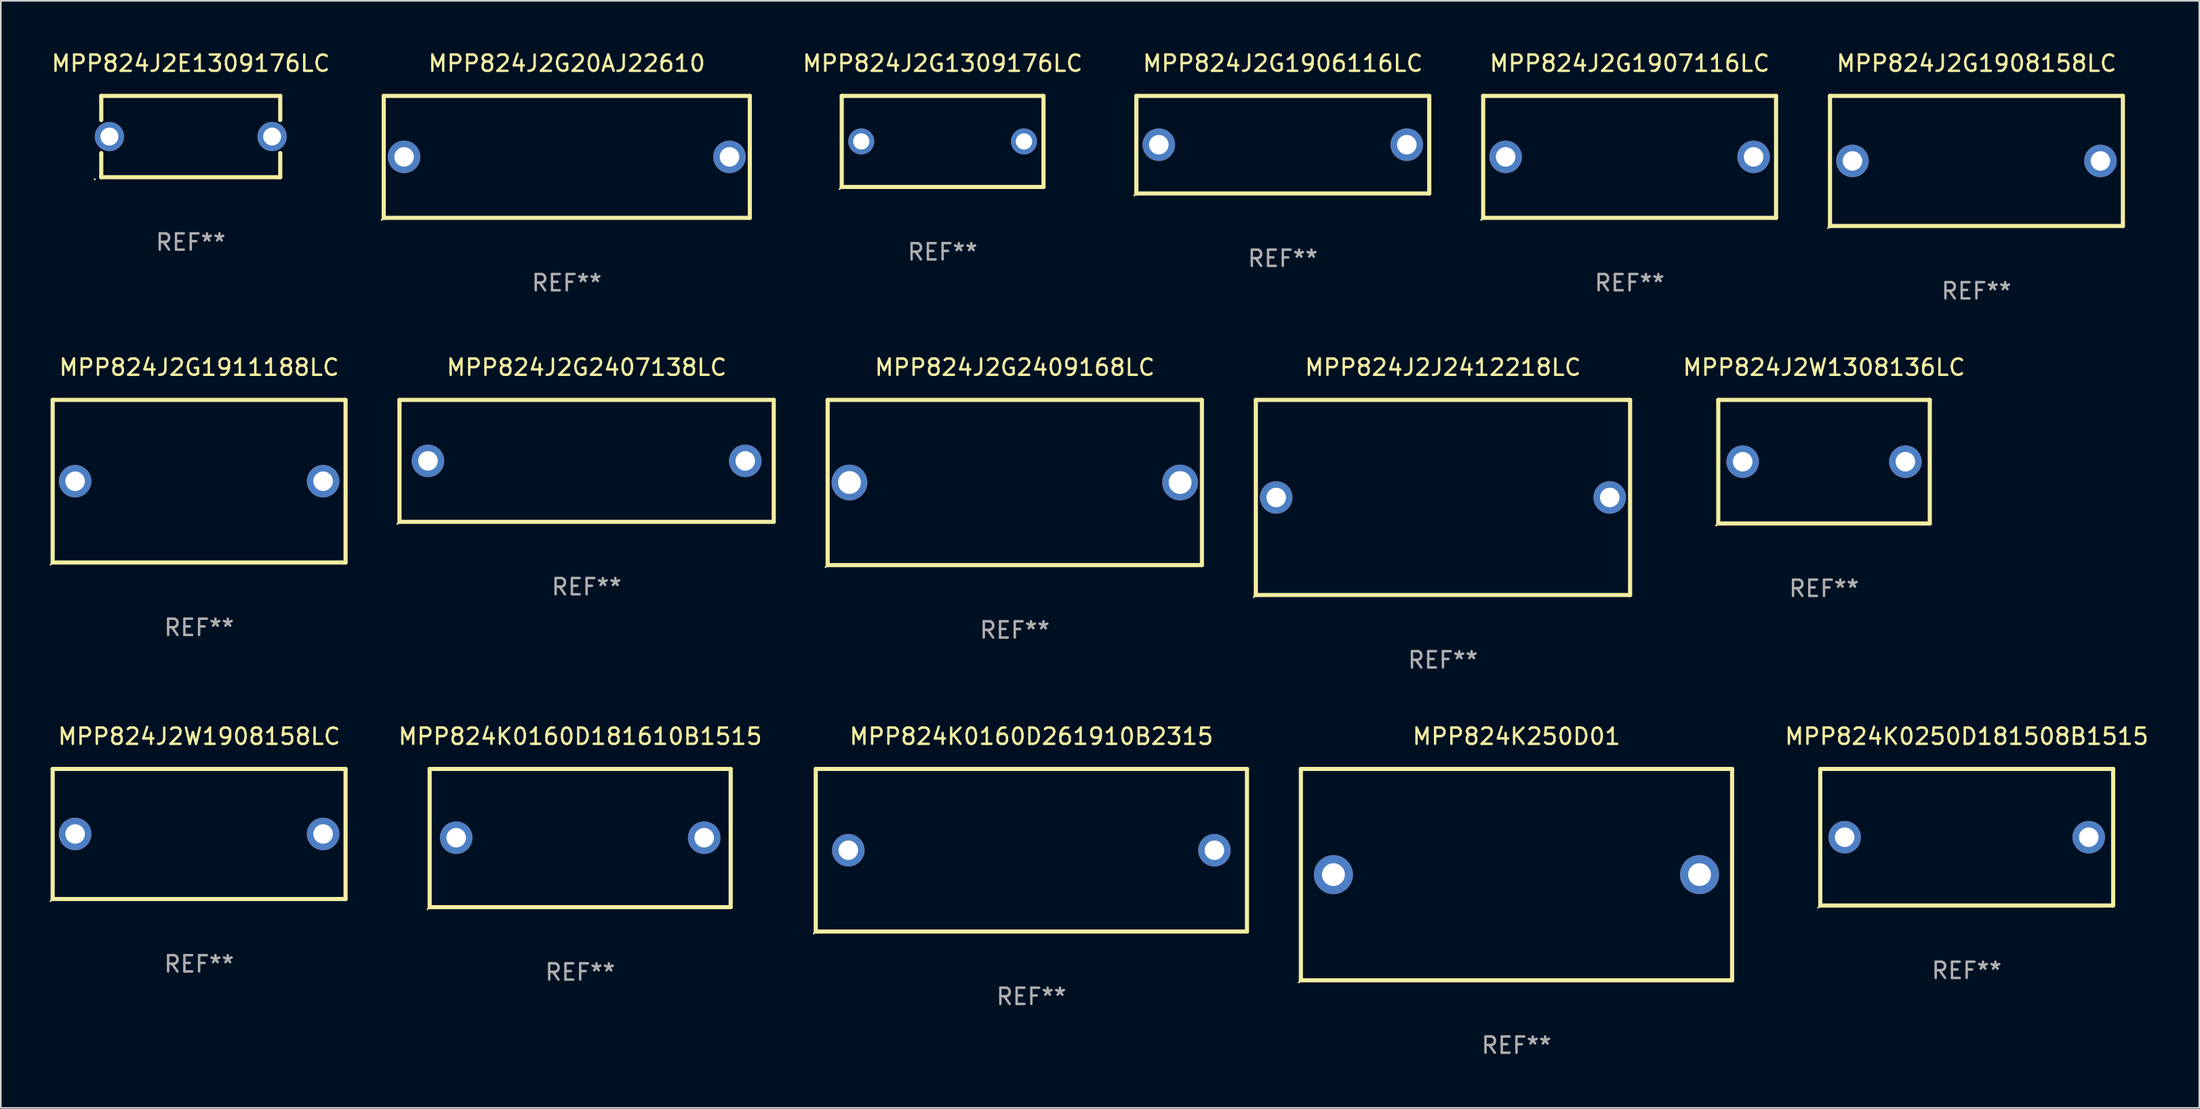
<source format=kicad_pcb>
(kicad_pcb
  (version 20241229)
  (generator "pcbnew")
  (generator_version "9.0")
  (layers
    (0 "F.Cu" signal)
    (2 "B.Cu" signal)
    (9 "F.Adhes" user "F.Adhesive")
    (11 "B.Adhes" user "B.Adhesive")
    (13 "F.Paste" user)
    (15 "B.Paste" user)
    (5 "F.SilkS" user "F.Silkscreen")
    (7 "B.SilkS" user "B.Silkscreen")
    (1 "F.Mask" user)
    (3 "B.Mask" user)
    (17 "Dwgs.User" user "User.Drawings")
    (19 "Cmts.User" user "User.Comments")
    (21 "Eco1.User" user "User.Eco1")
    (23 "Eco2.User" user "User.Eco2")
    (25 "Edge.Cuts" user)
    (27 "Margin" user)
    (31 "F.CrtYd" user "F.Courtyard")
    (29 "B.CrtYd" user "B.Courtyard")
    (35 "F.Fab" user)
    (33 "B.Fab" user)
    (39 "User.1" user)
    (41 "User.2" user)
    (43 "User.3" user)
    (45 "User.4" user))
  (footprint "MPP824J2G20AJ22610"
    (layer "F.Cu")
    (at 31.782 6.598)
    (property "Reference" "MPP824J2G20AJ22610" (at 0 -5.75 0) (layer "F.SilkS") (effects (font (size 1 1) (thickness 0.15))))
    (attr through_hole)
    (fp_line (start -11.25 -3.75) (end 11.25 -3.75) (stroke (width 0.254) (type solid)) (layer "F.SilkS"))
    (fp_line (start -11.25 3.75) (end -11.25 -3.75) (stroke (width 0.254) (type solid)) (layer "F.SilkS"))
    (fp_line (start 11.25 -3.75) (end 11.25 3.75) (stroke (width 0.254) (type solid)) (layer "F.SilkS"))
    (fp_line (start 11.25 3.75) (end -11.25 3.75) (stroke (width 0.254) (type solid)) (layer "F.SilkS"))
    (fp_circle (center -11.377 3.877) (end -11.347 3.877) (stroke (width 0.06) (type solid)) (fill no) (layer "F.SilkS"))
    (fp_text user "REF**" (at 0 7.75 0) (layer "F.Fab") (effects (font (size 1 1) (thickness 0.15))))
    (pad "1" thru_hole circle (at -10 0) (size 2 2) (drill 1.2) (layers "*.Cu" "*.Mask"))
    (pad "2" thru_hole circle (at 10 0) (size 2 2) (drill 1.2) (layers "*.Cu" "*.Mask")))
  (footprint "MPP824K0160D181610B1515"
    (layer "F.Cu")
    (at 32.606 48.491)
    (property "Reference" "MPP824K0160D181610B1515" (at 0 -6.25 0) (layer "F.SilkS") (effects (font (size 1 1) (thickness 0.15))))
    (attr through_hole)
    (fp_line (start -9.25 -4.25) (end 9.25 -4.25) (stroke (width 0.254) (type solid)) (layer "F.SilkS"))
    (fp_line (start -9.25 4.25) (end -9.25 -4.25) (stroke (width 0.254) (type solid)) (layer "F.SilkS"))
    (fp_line (start 9.25 -4.25) (end 9.25 4.25) (stroke (width 0.254) (type solid)) (layer "F.SilkS"))
    (fp_line (start 9.25 4.25) (end -9.25 4.25) (stroke (width 0.254) (type solid)) (layer "F.SilkS"))
    (fp_circle (center -9.377 4.377) (end -9.347 4.377) (stroke (width 0.06) (type solid)) (fill no) (layer "F.SilkS"))
    (fp_text user "REF**" (at 0 8.25 0) (layer "F.Fab") (effects (font (size 1 1) (thickness 0.15))))
    (pad "1" thru_hole circle (at -7.62 -0.02) (size 2 2) (drill 1.2) (layers "*.Cu" "*.Mask"))
    (pad "2" thru_hole circle (at 7.62 -0.02) (size 2 2) (drill 1.2) (layers "*.Cu" "*.Mask")))
  (footprint "MPP824J2G1908158LC"
    (layer "F.Cu")
    (at 118.415 6.848)
    (property "Reference" "MPP824J2G1908158LC" (at 0 -6 0) (layer "F.SilkS") (effects (font (size 1 1) (thickness 0.15))))
    (attr through_hole)
    (fp_line (start -9 -4) (end 9 -4) (stroke (width 0.254) (type solid)) (layer "F.SilkS"))
    (fp_line (start -9 4) (end -9 -4) (stroke (width 0.254) (type solid)) (layer "F.SilkS"))
    (fp_line (start 9 -4) (end 9 4) (stroke (width 0.254) (type solid)) (layer "F.SilkS"))
    (fp_line (start 9 4) (end -9 4) (stroke (width 0.254) (type solid)) (layer "F.SilkS"))
    (fp_circle (center -9.127 4.127) (end -9.097 4.127) (stroke (width 0.06) (type solid)) (fill no) (layer "F.SilkS"))
    (fp_text user "REF**" (at 0 8 0) (layer "F.Fab") (effects (font (size 1 1) (thickness 0.15))))
    (pad "1" thru_hole circle (at -7.62 0) (size 2 2) (drill 1.2) (layers "*.Cu" "*.Mask"))
    (pad "2" thru_hole circle (at 7.62 0) (size 2 2) (drill 1.2) (layers "*.Cu" "*.Mask")))
  (footprint "MPP824J2W1308136LC"
    (layer "F.Cu")
    (at 109.048 25.345)
    (property "Reference" "MPP824J2W1308136LC" (at 0 -5.8 0) (layer "F.SilkS") (effects (font (size 1 1) (thickness 0.15))))
    (attr through_hole)
    (fp_line (start -6.5 -3.8) (end -6.5 3.8) (stroke (width 0.254) (type solid)) (layer "F.SilkS"))
    (fp_line (start -6.5 -3.8) (end 6.5 -3.8) (stroke (width 0.254) (type solid)) (layer "F.SilkS"))
    (fp_line (start 6.5 3.8) (end -6.5 3.8) (stroke (width 0.254) (type solid)) (layer "F.SilkS"))
    (fp_line (start 6.5 3.8) (end 6.5 -3.8) (stroke (width 0.254) (type solid)) (layer "F.SilkS"))
    (fp_circle (center -6.627 3.927) (end -6.597 3.927) (stroke (width 0.06) (type solid)) (fill no) (layer "F.SilkS"))
    (fp_text user "REF**" (at 0 7.8 0) (layer "F.Fab") (effects (font (size 1 1) (thickness 0.15))))
    (pad "1" thru_hole circle (at -4.999 0) (size 2 2) (drill 1.2) (layers "*.Cu" "*.Mask"))
    (pad "2" thru_hole circle (at 5.001 0) (size 2 2) (drill 1.2) (layers "*.Cu" "*.Mask")))
  (footprint "MPP824J2E1309176LC"
    (layer "F.Cu")
    (at 8.673 5.348)
    (property "Reference" "MPP824J2E1309176LC" (at 0 -4.5 0) (layer "F.SilkS") (effects (font (size 1 1) (thickness 0.15))))
    (attr through_hole)
    (fp_line (start -5.5 -2.5) (end -5.5 -1.014) (stroke (width 0.254) (type solid)) (layer "F.SilkS"))
    (fp_line (start -5.5 -2.5) (end 5.5 -2.5) (stroke (width 0.254) (type solid)) (layer "F.SilkS"))
    (fp_line (start -5.5 1.014) (end -5.5 2.5) (stroke (width 0.254) (type solid)) (layer "F.SilkS"))
    (fp_line (start 5.5 -1.014) (end 5.5 -2.5) (stroke (width 0.254) (type solid)) (layer "F.SilkS"))
    (fp_line (start 5.5 2.5) (end -5.5 2.5) (stroke (width 0.254) (type solid)) (layer "F.SilkS"))
    (fp_line (start 5.5 2.5) (end 5.5 1.014) (stroke (width 0.254) (type solid)) (layer "F.SilkS"))
    (fp_circle (center -5.9 2.627) (end -5.87 2.627) (stroke (width 0.06) (type solid)) (fill no) (layer "F.SilkS"))
    (fp_text user "REF**" (at 0 6.5 0) (layer "F.Fab") (effects (font (size 1 1) (thickness 0.15))))
    (pad "1" thru_hole circle (at -5 0) (size 1.8 1.8) (drill 1.1) (layers "*.Cu" "*.Mask"))
    (pad "2" thru_hole circle (at 5 0) (size 1.8 1.8) (drill 1.1) (layers "*.Cu" "*.Mask")))
  (footprint "MPP824K0160D261910B2315"
    (layer "F.Cu")
    (at 60.334 49.241)
    (property "Reference" "MPP824K0160D261910B2315" (at 0 -7 0) (layer "F.SilkS") (effects (font (size 1 1) (thickness 0.15))))
    (attr through_hole)
    (fp_line (start -13.25 -5) (end 13.25 -5) (stroke (width 0.254) (type solid)) (layer "F.SilkS"))
    (fp_line (start -13.25 5) (end -13.25 -5) (stroke (width 0.254) (type solid)) (layer "F.SilkS"))
    (fp_line (start 13.25 -5) (end 13.25 5) (stroke (width 0.254) (type solid)) (layer "F.SilkS"))
    (fp_line (start 13.25 5) (end -13.25 5) (stroke (width 0.254) (type solid)) (layer "F.SilkS"))
    (fp_circle (center -13.377 5.127) (end -13.347 5.127) (stroke (width 0.06) (type solid)) (fill no) (layer "F.SilkS"))
    (fp_text user "REF**" (at 0 9 0) (layer "F.Fab") (effects (font (size 1 1) (thickness 0.15))))
    (pad "1" thru_hole circle (at -11.25 0) (size 2 2) (drill 1.2) (layers "*.Cu" "*.Mask"))
    (pad "2" thru_hole circle (at 11.25 0) (size 2 2) (drill 1.2) (layers "*.Cu" "*.Mask")))
  (footprint "MPP824J2G2409168LC"
    (layer "F.Cu")
    (at 59.315 26.625)
    (property "Reference" "MPP824J2G2409168LC" (at 0 -7.08 0) (layer "F.SilkS") (effects (font (size 1 1) (thickness 0.15))))
    (attr through_hole)
    (fp_line (start -11.5 -5.08) (end -11.5 5.08) (stroke (width 0.254) (type solid)) (layer "F.SilkS"))
    (fp_line (start -11.5 -5.08) (end 11.5 -5.08) (stroke (width 0.254) (type solid)) (layer "F.SilkS"))
    (fp_line (start 11.5 5.08) (end -11.5 5.08) (stroke (width 0.254) (type solid)) (layer "F.SilkS"))
    (fp_line (start 11.5 5.08) (end 11.5 -5.08) (stroke (width 0.254) (type solid)) (layer "F.SilkS"))
    (fp_circle (center -11.627 5.207) (end -11.597 5.207) (stroke (width 0.06) (type solid)) (fill no) (layer "F.SilkS"))
    (fp_text user "REF**" (at 0 9.08 0) (layer "F.Fab") (effects (font (size 1 1) (thickness 0.15))))
    (pad "1" thru_hole circle (at -10.16 0) (size 2.2 2.2) (drill 1.4) (layers "*.Cu" "*.Mask"))
    (pad "2" thru_hole circle (at 10.16 0) (size 2.2 2.2) (drill 1.4) (layers "*.Cu" "*.Mask")))
  (footprint "MPP824K250D01"
    (layer "F.Cu")
    (at 90.148 50.741)
    (property "Reference" "MPP824K250D01" (at 0 -8.5 0) (layer "F.SilkS") (effects (font (size 1 1) (thickness 0.15))))
    (attr through_hole)
    (fp_line (start -13.25 -6.5) (end 13.25 -6.5) (stroke (width 0.254) (type solid)) (layer "F.SilkS"))
    (fp_line (start -13.25 6.5) (end -13.25 -6.5) (stroke (width 0.254) (type solid)) (layer "F.SilkS"))
    (fp_line (start 13.25 -6.5) (end 13.25 6.5) (stroke (width 0.254) (type solid)) (layer "F.SilkS"))
    (fp_line (start 13.25 6.5) (end -13.25 6.5) (stroke (width 0.254) (type solid)) (layer "F.SilkS"))
    (fp_circle (center -13.377 6.627) (end -13.347 6.627) (stroke (width 0.06) (type solid)) (fill no) (layer "F.SilkS"))
    (fp_text user "REF**" (at 0 10.5 0) (layer "F.Fab") (effects (font (size 1 1) (thickness 0.15))))
    (pad "1" thru_hole circle (at -11.25 0) (size 2.4 2.4) (drill 1.4) (layers "*.Cu" "*.Mask"))
    (pad "2" thru_hole circle (at 11.25 0) (size 2.4 2.4) (drill 1.4) (layers "*.Cu" "*.Mask")))
  (footprint "MPP824J2G1906116LC"
    (layer "F.Cu")
    (at 75.787 5.848)
    (property "Reference" "MPP824J2G1906116LC" (at 0 -5 0) (layer "F.SilkS") (effects (font (size 1 1) (thickness 0.15))))
    (attr through_hole)
    (fp_line (start -9 -3) (end 9 -3) (stroke (width 0.254) (type solid)) (layer "F.SilkS"))
    (fp_line (start -9 3) (end -9 -3) (stroke (width 0.254) (type solid)) (layer "F.SilkS"))
    (fp_line (start 9 -3) (end 9 3) (stroke (width 0.254) (type solid)) (layer "F.SilkS"))
    (fp_line (start 9 3) (end -9 3) (stroke (width 0.254) (type solid)) (layer "F.SilkS"))
    (fp_circle (center -9.127 3.127) (end -9.097 3.127) (stroke (width 0.06) (type solid)) (fill no) (layer "F.SilkS"))
    (fp_text user "REF**" (at 0 7 0) (layer "F.Fab") (effects (font (size 1 1) (thickness 0.15))))
    (pad "1" thru_hole circle (at -7.62 0) (size 2 2) (drill 1.2) (layers "*.Cu" "*.Mask"))
    (pad "2" thru_hole circle (at 7.62 0) (size 2 2) (drill 1.2) (layers "*.Cu" "*.Mask")))
  (footprint "MPP824J2W1908158LC"
    (layer "F.Cu")
    (at 9.187 48.241)
    (property "Reference" "MPP824J2W1908158LC" (at 0 -6 0) (layer "F.SilkS") (effects (font (size 1 1) (thickness 0.15))))
    (attr through_hole)
    (fp_line (start -9 -4) (end 9 -4) (stroke (width 0.254) (type solid)) (layer "F.SilkS"))
    (fp_line (start -9 4) (end -9 -4) (stroke (width 0.254) (type solid)) (layer "F.SilkS"))
    (fp_line (start 9 -4) (end 9 4) (stroke (width 0.254) (type solid)) (layer "F.SilkS"))
    (fp_line (start 9 4) (end -9 4) (stroke (width 0.254) (type solid)) (layer "F.SilkS"))
    (fp_circle (center -9.127 4.127) (end -9.097 4.127) (stroke (width 0.06) (type solid)) (fill no) (layer "F.SilkS"))
    (fp_text user "REF**" (at 0 8 0) (layer "F.Fab") (effects (font (size 1 1) (thickness 0.15))))
    (pad "1" thru_hole circle (at -7.62 0) (size 2 2) (drill 1.2) (layers "*.Cu" "*.Mask"))
    (pad "2" thru_hole circle (at 7.62 0) (size 2 2) (drill 1.2) (layers "*.Cu" "*.Mask")))
  (footprint "MPP824J2G1309176LC"
    (layer "F.Cu")
    (at 54.88 5.648)
    (property "Reference" "MPP824J2G1309176LC" (at 0 -4.8 0) (layer "F.SilkS") (effects (font (size 1 1) (thickness 0.15))))
    (attr through_hole)
    (fp_line (start -6.2 -2.8) (end 6.2 -2.8) (stroke (width 0.254) (type solid)) (layer "F.SilkS"))
    (fp_line (start -6.2 2.8) (end -6.2 -2.8) (stroke (width 0.254) (type solid)) (layer "F.SilkS"))
    (fp_line (start 6.2 -2.8) (end 6.2 2.8) (stroke (width 0.254) (type solid)) (layer "F.SilkS"))
    (fp_line (start 6.2 2.8) (end -6.2 2.8) (stroke (width 0.254) (type solid)) (layer "F.SilkS"))
    (fp_circle (center -6.327 2.927) (end -6.297 2.927) (stroke (width 0.06) (type solid)) (fill no) (layer "F.SilkS"))
    (fp_text user "REF**" (at 0 6.8 0) (layer "F.Fab") (effects (font (size 1 1) (thickness 0.15))))
    (pad "1" thru_hole circle (at -5 0) (size 1.6 1.6) (drill 1) (layers "*.Cu" "*.Mask"))
    (pad "2" thru_hole circle (at 5 0) (size 1.6 1.6) (drill 1) (layers "*.Cu" "*.Mask")))
  (footprint "MPP824J2G2407138LC"
    (layer "F.Cu")
    (at 33.001 25.295)
    (property "Reference" "MPP824J2G2407138LC" (at 0 -5.75 0) (layer "F.SilkS") (effects (font (size 1 1) (thickness 0.15))))
    (attr through_hole)
    (fp_line (start -11.5 -3.75) (end 11.5 -3.75) (stroke (width 0.254) (type solid)) (layer "F.SilkS"))
    (fp_line (start -11.5 3.75) (end -11.5 -3.75) (stroke (width 0.254) (type solid)) (layer "F.SilkS"))
    (fp_line (start 11.5 -3.75) (end 11.5 3.75) (stroke (width 0.254) (type solid)) (layer "F.SilkS"))
    (fp_line (start 11.5 3.75) (end -11.5 3.75) (stroke (width 0.254) (type solid)) (layer "F.SilkS"))
    (fp_circle (center -11.627 3.877) (end -11.597 3.877) (stroke (width 0.06) (type solid)) (fill no) (layer "F.SilkS"))
    (fp_text user "REF**" (at 0 7.75 0) (layer "F.Fab") (effects (font (size 1 1) (thickness 0.15))))
    (pad "1" thru_hole circle (at -9.75 0) (size 2 2) (drill 1.2) (layers "*.Cu" "*.Mask"))
    (pad "2" thru_hole circle (at 9.75 0) (size 2 2) (drill 1.2) (layers "*.Cu" "*.Mask")))
  (footprint "MPP824J2G1911188LC"
    (layer "F.Cu")
    (at 9.187 26.545)
    (property "Reference" "MPP824J2G1911188LC" (at 0 -7 0) (layer "F.SilkS") (effects (font (size 1 1) (thickness 0.15))))
    (attr through_hole)
    (fp_line (start -9 -5) (end 9 -5) (stroke (width 0.254) (type solid)) (layer "F.SilkS"))
    (fp_line (start -9 5) (end -9 -5) (stroke (width 0.254) (type solid)) (layer "F.SilkS"))
    (fp_line (start 9 -5) (end 9 5) (stroke (width 0.254) (type solid)) (layer "F.SilkS"))
    (fp_line (start 9 5) (end -9 5) (stroke (width 0.254) (type solid)) (layer "F.SilkS"))
    (fp_circle (center -9.127 5.127) (end -9.097 5.127) (stroke (width 0.06) (type solid)) (fill no) (layer "F.SilkS"))
    (fp_text user "REF**" (at 0 9 0) (layer "F.Fab") (effects (font (size 1 1) (thickness 0.15))))
    (pad "1" thru_hole circle (at -7.62 0) (size 2 2) (drill 1.2) (layers "*.Cu" "*.Mask"))
    (pad "2" thru_hole circle (at 7.62 0) (size 2 2) (drill 1.2) (layers "*.Cu" "*.Mask")))
  (footprint "MPP824J2G1907116LC"
    (layer "F.Cu")
    (at 97.101 6.598)
    (property "Reference" "MPP824J2G1907116LC" (at 0 -5.75 0) (layer "F.SilkS") (effects (font (size 1 1) (thickness 0.15))))
    (attr through_hole)
    (fp_line (start -9 -3.75) (end 9 -3.75) (stroke (width 0.254) (type solid)) (layer "F.SilkS"))
    (fp_line (start -9 3.75) (end -9 -3.75) (stroke (width 0.254) (type solid)) (layer "F.SilkS"))
    (fp_line (start 9 -3.75) (end 9 3.75) (stroke (width 0.254) (type solid)) (layer "F.SilkS"))
    (fp_line (start 9 3.75) (end -9 3.75) (stroke (width 0.254) (type solid)) (layer "F.SilkS"))
    (fp_circle (center -9.127 3.877) (end -9.097 3.877) (stroke (width 0.06) (type solid)) (fill no) (layer "F.SilkS"))
    (fp_text user "REF**" (at 0 7.75 0) (layer "F.Fab") (effects (font (size 1 1) (thickness 0.15))))
    (pad "1" thru_hole circle (at -7.62 0) (size 2 2) (drill 1.2) (layers "*.Cu" "*.Mask"))
    (pad "2" thru_hole circle (at 7.62 0) (size 2 2) (drill 1.2) (layers "*.Cu" "*.Mask")))
  (footprint "MPP824J2J2412218LC"
    (layer "F.Cu")
    (at 85.629 27.545)
    (property "Reference" "MPP824J2J2412218LC" (at 0 -8 0) (layer "F.SilkS") (effects (font (size 1 1) (thickness 0.15))))
    (attr through_hole)
    (fp_line (start -11.5 -6) (end 11.5 -6) (stroke (width 0.254) (type solid)) (layer "F.SilkS"))
    (fp_line (start -11.5 6) (end -11.5 -6) (stroke (width 0.254) (type solid)) (layer "F.SilkS"))
    (fp_line (start 11.5 -6) (end 11.5 6) (stroke (width 0.254) (type solid)) (layer "F.SilkS"))
    (fp_line (start 11.5 6) (end -11.5 6) (stroke (width 0.254) (type solid)) (layer "F.SilkS"))
    (fp_circle (center -11.627 6.127) (end -11.597 6.127) (stroke (width 0.06) (type solid)) (fill no) (layer "F.SilkS"))
    (fp_text user "REF**" (at 0 10 0) (layer "F.Fab") (effects (font (size 1 1) (thickness 0.15))))
    (pad "1" thru_hole circle (at -10.249 0) (size 2 2) (drill 1.2) (layers "*.Cu" "*.Mask"))
    (pad "2" thru_hole circle (at 10.249 0) (size 2 2) (drill 1.2) (layers "*.Cu" "*.Mask")))
  (footprint "MPP824K0250D181508B1515"
    (layer "F.Cu")
    (at 117.817 48.441)
    (property "Reference" "MPP824K0250D181508B1515" (at 0 -6.2 0) (layer "F.SilkS") (effects (font (size 1 1) (thickness 0.15))))
    (attr through_hole)
    (fp_line (start -9 -4.2) (end 9 -4.2) (stroke (width 0.254) (type solid)) (layer "F.SilkS"))
    (fp_line (start -9 4.2) (end -9 -4.2) (stroke (width 0.254) (type solid)) (layer "F.SilkS"))
    (fp_line (start 9 -4.2) (end 9 4.2) (stroke (width 0.254) (type solid)) (layer "F.SilkS"))
    (fp_line (start 9 4.2) (end -9 4.2) (stroke (width 0.254) (type solid)) (layer "F.SilkS"))
    (fp_circle (center -9.127 4.327) (end -9.097 4.327) (stroke (width 0.06) (type solid)) (fill no) (layer "F.SilkS"))
    (fp_text user "REF**" (at 0 8.2 0) (layer "F.Fab") (effects (font (size 1 1) (thickness 0.15))))
    (pad "1" thru_hole circle (at -7.5 0) (size 2 2) (drill 1.2) (layers "*.Cu" "*.Mask"))
    (pad "2" thru_hole circle (at 7.5 0) (size 2 2) (drill 1.2) (layers "*.Cu" "*.Mask")))
  (gr_rect
    (start -3 -3)
    (end 132.109 65.09)
    (stroke (width 0.1) (type default))
    (fill no)
    (layer "Edge.Cuts")))
</source>
